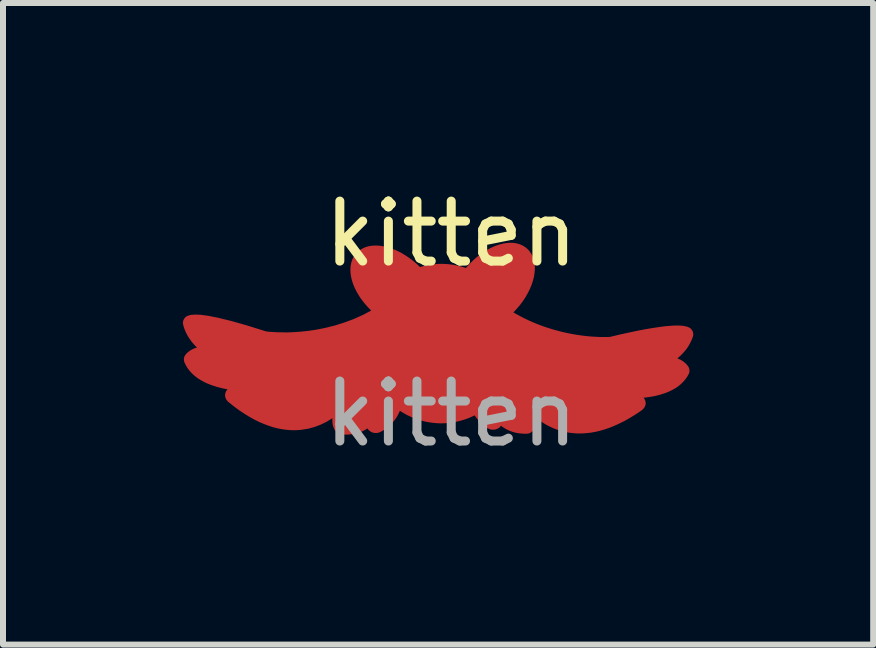
<source format=kicad_pcb>
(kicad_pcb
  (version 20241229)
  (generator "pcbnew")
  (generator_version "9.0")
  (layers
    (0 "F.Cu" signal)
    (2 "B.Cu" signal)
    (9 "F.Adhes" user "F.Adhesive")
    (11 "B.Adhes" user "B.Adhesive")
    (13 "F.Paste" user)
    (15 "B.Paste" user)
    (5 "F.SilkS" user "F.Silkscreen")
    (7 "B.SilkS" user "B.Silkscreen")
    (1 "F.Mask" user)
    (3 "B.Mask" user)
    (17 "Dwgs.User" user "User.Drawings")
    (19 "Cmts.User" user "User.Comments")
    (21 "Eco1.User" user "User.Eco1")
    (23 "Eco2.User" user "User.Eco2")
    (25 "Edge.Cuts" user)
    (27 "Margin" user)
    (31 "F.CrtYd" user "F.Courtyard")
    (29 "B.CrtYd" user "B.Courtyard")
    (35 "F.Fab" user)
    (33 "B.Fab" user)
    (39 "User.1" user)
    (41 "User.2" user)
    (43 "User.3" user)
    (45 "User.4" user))
  (footprint "kitten"
    (layer "F.Cu")
    (at 4.473 1.348)
    (property "Reference" "kitten" (at 0 -0.5 0) (unlocked yes) (layer "F.SilkS") (effects (font (size 1 1) (thickness 0.15))))
    (fp_poly (pts (xy 1 -0.25) (xy 1.017 -0.249) (xy 1.033 -0.248) (xy 1.05 -0.246) (xy 1.065 -0.243) (xy 1.081 -0.239) (xy 1.096 -0.235) (xy 1.11 -0.23) (xy 1.124 -0.225) (xy 1.138 -0.218) (xy 1.151 -0.212) (xy 1.163 -0.204) (xy 1.176 -0.196) (xy 1.187 -0.187) (xy 1.198 -0.178) (xy 1.215 -0.162) (xy 1.229 -0.144) (xy 1.242 -0.126) (xy 1.254 -0.106) (xy 1.264 -0.086) (xy 1.273 -0.064) (xy 1.28 -0.041) (xy 1.286 -0.018) (xy 1.29 0.007) (xy 1.293 0.032) (xy 1.295 0.058) (xy 1.295 0.085) (xy 1.29 0.141) (xy 1.281 0.199) (xy 1.265 0.258) (xy 1.245 0.319) (xy 1.219 0.381) (xy 1.188 0.443) (xy 1.152 0.506) (xy 1.111 0.568) (xy 1.065 0.629) (xy 1.014 0.688) (xy 1.001 0.702) (xy 0.988 0.716) (xy 0.974 0.73) (xy 0.961 0.743) (xy 0.947 0.757) (xy 0.933 0.77) (xy 0.919 0.783) (xy 0.905 0.795) (xy 0.913 0.813) (xy 0.921 0.83) (xy 0.928 0.848) (xy 0.936 0.866) (xy 1.012 0.912) (xy 1.089 0.954) (xy 1.165 0.994) (xy 1.242 1.031) (xy 1.318 1.065) (xy 1.393 1.096) (xy 1.468 1.125) (xy 1.542 1.151) (xy 1.615 1.174) (xy 1.686 1.196) (xy 1.826 1.233) (xy 1.959 1.262) (xy 2.084 1.284) (xy 2.2 1.3) (xy 2.306 1.311) (xy 2.4 1.317) (xy 2.482 1.321) (xy 2.602 1.321) (xy 2.656 1.319) (xy 2.657 1.319) (xy 2.657 1.319) (xy 2.658 1.319) (xy 2.658 1.319) (xy 2.659 1.319) (xy 2.66 1.318) (xy 2.66 1.318) (xy 2.661 1.318) (xy 2.834 1.277) (xy 2.99 1.243) (xy 3.131 1.213) (xy 3.258 1.189) (xy 3.37 1.17) (xy 3.47 1.155) (xy 3.557 1.143) (xy 3.632 1.136) (xy 3.697 1.131) (xy 3.752 1.129) (xy 3.798 1.13) (xy 3.836 1.132) (xy 3.866 1.136) (xy 3.89 1.141) (xy 3.908 1.146) (xy 3.921 1.152) (xy 3.922 1.152) (xy 3.923 1.153) (xy 3.924 1.154) (xy 3.925 1.154) (xy 3.926 1.155) (xy 3.927 1.156) (xy 3.928 1.158) (xy 3.93 1.16) (xy 3.931 1.162) (xy 3.932 1.164) (xy 3.933 1.166) (xy 3.934 1.168) (xy 3.935 1.17) (xy 3.935 1.173) (xy 3.935 1.175) (xy 3.935 1.178) (xy 3.935 1.179) (xy 3.935 1.18) (xy 3.935 1.181) (xy 3.935 1.183) (xy 3.934 1.184) (xy 3.934 1.185) (xy 3.919 1.224) (xy 3.902 1.261) (xy 3.883 1.297) (xy 3.862 1.332) (xy 3.839 1.365) (xy 3.813 1.396) (xy 3.786 1.426) (xy 3.758 1.455) (xy 3.728 1.482) (xy 3.696 1.508) (xy 3.664 1.533) (xy 3.63 1.556) (xy 3.596 1.578) (xy 3.56 1.599) (xy 3.524 1.619) (xy 3.488 1.638) (xy 3.512 1.637) (xy 3.536 1.637) (xy 3.558 1.638) (xy 3.579 1.639) (xy 3.6 1.641) (xy 3.619 1.643) (xy 3.638 1.646) (xy 3.656 1.649) (xy 3.672 1.652) (xy 3.688 1.656) (xy 3.704 1.66) (xy 3.718 1.665) (xy 3.732 1.67) (xy 3.744 1.674) (xy 3.757 1.68) (xy 3.768 1.685) (xy 3.779 1.69) (xy 3.789 1.696) (xy 3.798 1.702) (xy 3.807 1.707) (xy 3.815 1.713) (xy 3.822 1.719) (xy 3.829 1.725) (xy 3.835 1.73) (xy 3.846 1.741) (xy 3.855 1.751) (xy 3.863 1.76) (xy 3.868 1.768) (xy 3.869 1.769) (xy 3.87 1.771) (xy 3.87 1.773) (xy 3.871 1.774) (xy 3.871 1.776) (xy 3.872 1.778) (xy 3.872 1.78) (xy 3.872 1.781) (xy 3.872 1.783) (xy 3.872 1.785) (xy 3.872 1.787) (xy 3.871 1.789) (xy 3.871 1.79) (xy 3.871 1.792) (xy 3.87 1.794) (xy 3.869 1.795) (xy 3.848 1.832) (xy 3.824 1.865) (xy 3.797 1.897) (xy 3.768 1.926) (xy 3.736 1.953) (xy 3.702 1.978) (xy 3.666 2) (xy 3.627 2.021) (xy 3.587 2.04) (xy 3.546 2.057) (xy 3.458 2.086) (xy 3.365 2.109) (xy 3.268 2.125) (xy 3.17 2.137) (xy 3.07 2.144) (xy 2.971 2.146) (xy 2.873 2.146) (xy 2.778 2.142) (xy 2.687 2.137) (xy 2.522 2.121) (xy 2.64 2.141) (xy 2.762 2.166) (xy 2.822 2.179) (xy 2.879 2.193) (xy 2.934 2.208) (xy 2.984 2.223) (xy 3.03 2.239) (xy 3.069 2.256) (xy 3.085 2.264) (xy 3.1 2.273) (xy 3.113 2.282) (xy 3.124 2.29) (xy 3.132 2.299) (xy 3.138 2.308) (xy 3.141 2.317) (xy 3.142 2.326) (xy 3.139 2.336) (xy 3.134 2.345) (xy 3.125 2.354) (xy 3.114 2.364) (xy 3.023 2.425) (xy 2.935 2.479) (xy 2.85 2.528) (xy 2.766 2.57) (xy 2.685 2.607) (xy 2.607 2.639) (xy 2.53 2.665) (xy 2.456 2.687) (xy 2.384 2.704) (xy 2.315 2.716) (xy 2.247 2.724) (xy 2.182 2.728) (xy 2.119 2.729) (xy 2.059 2.726) (xy 2.001 2.72) (xy 1.944 2.711) (xy 1.891 2.699) (xy 1.839 2.685) (xy 1.79 2.668) (xy 1.742 2.65) (xy 1.697 2.629) (xy 1.655 2.608) (xy 1.614 2.585) (xy 1.576 2.561) (xy 1.539 2.536) (xy 1.505 2.511) (xy 1.444 2.46) (xy 1.391 2.41) (xy 1.347 2.363) (xy 1.345 2.361) (xy 1.343 2.359) (xy 1.341 2.358) (xy 1.339 2.356) (xy 1.337 2.355) (xy 1.335 2.354) (xy 1.332 2.354) (xy 1.33 2.353) (xy 1.328 2.353) (xy 1.326 2.353) (xy 1.323 2.353) (xy 1.321 2.354) (xy 1.319 2.354) (xy 1.317 2.355) (xy 1.315 2.356) (xy 1.313 2.357) (xy 1.311 2.358) (xy 1.309 2.359) (xy 1.308 2.36) (xy 1.306 2.362) (xy 1.305 2.363) (xy 1.303 2.365) (xy 1.302 2.367) (xy 1.301 2.369) (xy 1.3 2.371) (xy 1.299 2.373) (xy 1.299 2.375) (xy 1.299 2.378) (xy 1.298 2.38) (xy 1.299 2.383) (xy 1.299 2.385) (xy 1.299 2.388) (xy 1.305 2.41) (xy 1.309 2.431) (xy 1.314 2.451) (xy 1.317 2.47) (xy 1.32 2.489) (xy 1.322 2.506) (xy 1.324 2.523) (xy 1.325 2.539) (xy 1.326 2.554) (xy 1.326 2.568) (xy 1.326 2.582) (xy 1.325 2.595) (xy 1.324 2.607) (xy 1.323 2.618) (xy 1.322 2.629) (xy 1.32 2.639) (xy 1.318 2.649) (xy 1.315 2.657) (xy 1.313 2.666) (xy 1.31 2.673) (xy 1.307 2.68) (xy 1.304 2.687) (xy 1.301 2.693) (xy 1.298 2.698) (xy 1.295 2.703) (xy 1.292 2.708) (xy 1.289 2.712) (xy 1.286 2.716) (xy 1.281 2.722) (xy 1.276 2.726) (xy 1.275 2.727) (xy 1.274 2.728) (xy 1.273 2.729) (xy 1.272 2.729) (xy 1.271 2.73) (xy 1.27 2.73) (xy 1.269 2.731) (xy 1.268 2.731) (xy 1.267 2.732) (xy 1.266 2.732) (xy 1.265 2.732) (xy 1.263 2.732) (xy 1.262 2.733) (xy 1.261 2.733) (xy 1.26 2.733) (xy 1.259 2.733) (xy 1.229 2.733) (xy 1.2 2.732) (xy 1.172 2.73) (xy 1.145 2.727) (xy 1.119 2.723) (xy 1.094 2.718) (xy 1.071 2.712) (xy 1.048 2.705) (xy 1.026 2.697) (xy 1.005 2.689) (xy 0.986 2.68) (xy 0.967 2.671) (xy 0.949 2.66) (xy 0.931 2.65) (xy 0.915 2.639) (xy 0.9 2.627) (xy 0.885 2.615) (xy 0.871 2.603) (xy 0.858 2.59) (xy 0.846 2.577) (xy 0.823 2.551) (xy 0.803 2.525) (xy 0.786 2.498) (xy 0.771 2.472) (xy 0.758 2.447) (xy 0.748 2.423) (xy 0.754 2.45) (xy 0.76 2.475) (xy 0.764 2.498) (xy 0.767 2.519) (xy 0.769 2.538) (xy 0.769 2.555) (xy 0.769 2.571) (xy 0.768 2.585) (xy 0.767 2.598) (xy 0.764 2.61) (xy 0.761 2.62) (xy 0.757 2.629) (xy 0.753 2.637) (xy 0.748 2.643) (xy 0.743 2.649) (xy 0.738 2.654) (xy 0.733 2.657) (xy 0.727 2.66) (xy 0.721 2.663) (xy 0.715 2.664) (xy 0.71 2.666) (xy 0.704 2.666) (xy 0.699 2.666) (xy 0.693 2.666) (xy 0.684 2.665) (xy 0.677 2.664) (xy 0.67 2.662) (xy 0.648 2.647) (xy 0.626 2.632) (xy 0.606 2.617) (xy 0.587 2.601) (xy 0.569 2.585) (xy 0.551 2.568) (xy 0.535 2.551) (xy 0.52 2.534) (xy 0.506 2.517) (xy 0.493 2.499) (xy 0.48 2.481) (xy 0.469 2.464) (xy 0.458 2.446) (xy 0.448 2.427) (xy 0.439 2.409) (xy 0.431 2.391) (xy 0.397 2.411) (xy 0.362 2.43) (xy 0.326 2.447) (xy 0.291 2.463) (xy 0.254 2.479) (xy 0.218 2.492) (xy 0.181 2.505) (xy 0.143 2.516) (xy 0.105 2.526) (xy 0.067 2.535) (xy 0.029 2.542) (xy -0.01 2.549) (xy -0.049 2.553) (xy -0.088 2.557) (xy -0.127 2.559) (xy -0.166 2.56) (xy -0.217 2.559) (xy -0.268 2.555) (xy -0.318 2.549) (xy -0.367 2.542) (xy -0.417 2.532) (xy -0.466 2.519) (xy -0.514 2.505) (xy -0.561 2.489) (xy -0.608 2.47) (xy -0.654 2.45) (xy -0.7 2.428) (xy -0.744 2.403) (xy -0.787 2.377) (xy -0.83 2.349) (xy -0.871 2.318) (xy -0.911 2.286) (xy -0.917 2.314) (xy -0.924 2.343) (xy -0.933 2.372) (xy -0.944 2.401) (xy -0.956 2.43) (xy -0.97 2.459) (xy -0.985 2.488) (xy -1.003 2.517) (xy -1.023 2.545) (xy -1.046 2.573) (xy -1.07 2.6) (xy -1.084 2.613) (xy -1.098 2.626) (xy -1.112 2.638) (xy -1.128 2.651) (xy -1.144 2.663) (xy -1.16 2.675) (xy -1.178 2.686) (xy -1.196 2.698) (xy -1.215 2.709) (xy -1.234 2.719) (xy -1.241 2.72) (xy -1.248 2.721) (xy -1.257 2.722) (xy -1.268 2.721) (xy -1.279 2.718) (xy -1.285 2.716) (xy -1.29 2.713) (xy -1.296 2.71) (xy -1.301 2.705) (xy -1.306 2.7) (xy -1.31 2.694) (xy -1.315 2.687) (xy -1.318 2.679) (xy -1.321 2.67) (xy -1.323 2.66) (xy -1.325 2.648) (xy -1.326 2.635) (xy -1.326 2.621) (xy -1.324 2.605) (xy -1.322 2.588) (xy -1.319 2.569) (xy -1.314 2.548) (xy -1.308 2.526) (xy -1.301 2.501) (xy -1.293 2.475) (xy -1.305 2.498) (xy -1.32 2.522) (xy -1.336 2.547) (xy -1.356 2.572) (xy -1.378 2.597) (xy -1.402 2.621) (xy -1.43 2.644) (xy -1.46 2.666) (xy -1.493 2.687) (xy -1.53 2.705) (xy -1.55 2.713) (xy -1.57 2.72) (xy -1.592 2.727) (xy -1.614 2.732) (xy -1.637 2.737) (xy -1.661 2.741) (xy -1.686 2.744) (xy -1.712 2.747) (xy -1.739 2.748) (xy -1.767 2.748) (xy -1.796 2.746) (xy -1.826 2.744) (xy -1.827 2.744) (xy -1.828 2.744) (xy -1.83 2.743) (xy -1.831 2.743) (xy -1.832 2.743) (xy -1.833 2.742) (xy -1.834 2.742) (xy -1.835 2.741) (xy -1.836 2.741) (xy -1.837 2.74) (xy -1.838 2.74) (xy -1.839 2.739) (xy -1.84 2.738) (xy -1.841 2.738) (xy -1.842 2.737) (xy -1.843 2.736) (xy -1.852 2.725) (xy -1.858 2.716) (xy -1.863 2.706) (xy -1.868 2.694) (xy -1.873 2.68) (xy -1.877 2.664) (xy -1.88 2.646) (xy -1.881 2.625) (xy -1.882 2.601) (xy -1.88 2.574) (xy -1.877 2.545) (xy -1.872 2.513) (xy -1.864 2.477) (xy -1.853 2.439) (xy -1.84 2.397) (xy -1.839 2.394) (xy -1.838 2.392) (xy -1.838 2.389) (xy -1.838 2.387) (xy -1.838 2.384) (xy -1.839 2.382) (xy -1.839 2.38) (xy -1.84 2.378) (xy -1.841 2.376) (xy -1.842 2.374) (xy -1.843 2.372) (xy -1.844 2.37) (xy -1.846 2.369) (xy -1.847 2.367) (xy -1.849 2.366) (xy -1.851 2.364) (xy -1.853 2.363) (xy -1.855 2.362) (xy -1.857 2.362) (xy -1.859 2.361) (xy -1.861 2.36) (xy -1.863 2.36) (xy -1.865 2.36) (xy -1.868 2.36) (xy -1.87 2.36) (xy -1.872 2.361) (xy -1.874 2.361) (xy -1.876 2.362) (xy -1.879 2.363) (xy -1.881 2.365) (xy -1.883 2.366) (xy -1.885 2.368) (xy -1.933 2.412) (xy -1.989 2.457) (xy -2.055 2.503) (xy -2.129 2.548) (xy -2.211 2.588) (xy -2.302 2.623) (xy -2.401 2.651) (xy -2.508 2.668) (xy -2.565 2.673) (xy -2.623 2.675) (xy -2.684 2.673) (xy -2.746 2.667) (xy -2.811 2.658) (xy -2.877 2.645) (xy -2.946 2.627) (xy -3.016 2.604) (xy -3.088 2.577) (xy -3.163 2.545) (xy -3.239 2.507) (xy -3.316 2.464) (xy -3.396 2.415) (xy -3.478 2.36) (xy -3.561 2.299) (xy -3.646 2.231) (xy -3.657 2.221) (xy -3.665 2.211) (xy -3.67 2.201) (xy -3.671 2.192) (xy -3.67 2.182) (xy -3.666 2.174) (xy -3.66 2.165) (xy -3.651 2.157) (xy -3.626 2.141) (xy -3.593 2.127) (xy -3.553 2.113) (xy -3.507 2.101) (xy -3.455 2.09) (xy -3.4 2.079) (xy -3.28 2.061) (xy -3.157 2.046) (xy -3.038 2.035) (xy -3.203 2.038) (xy -3.294 2.036) (xy -3.389 2.032) (xy -3.487 2.025) (xy -3.586 2.015) (xy -3.685 2) (xy -3.782 1.981) (xy -3.877 1.957) (xy -3.968 1.927) (xy -4.011 1.91) (xy -4.053 1.892) (xy -4.094 1.871) (xy -4.132 1.849) (xy -4.169 1.826) (xy -4.203 1.8) (xy -4.235 1.773) (xy -4.265 1.743) (xy -4.292 1.712) (xy -4.316 1.679) (xy -4.337 1.643) (xy -4.355 1.605) (xy -4.356 1.604) (xy -4.356 1.602) (xy -4.357 1.6) (xy -4.357 1.598) (xy -4.357 1.597) (xy -4.357 1.595) (xy -4.357 1.593) (xy -4.357 1.591) (xy -4.357 1.589) (xy -4.357 1.588) (xy -4.356 1.586) (xy -4.355 1.584) (xy -4.355 1.583) (xy -4.354 1.581) (xy -4.353 1.58) (xy -4.352 1.578) (xy -4.338 1.562) (xy -4.328 1.553) (xy -4.316 1.543) (xy -4.302 1.533) (xy -4.286 1.523) (xy -4.267 1.513) (xy -4.246 1.503) (xy -4.221 1.495) (xy -4.194 1.487) (xy -4.164 1.481) (xy -4.131 1.476) (xy -4.094 1.473) (xy -4.054 1.472) (xy -4.01 1.474) (xy -3.963 1.478) (xy -3.998 1.456) (xy -4.032 1.434) (xy -4.065 1.41) (xy -4.098 1.385) (xy -4.13 1.359) (xy -4.16 1.332) (xy -4.19 1.304) (xy -4.217 1.274) (xy -4.244 1.244) (xy -4.268 1.211) (xy -4.291 1.178) (xy -4.312 1.143) (xy -4.33 1.108) (xy -4.347 1.07) (xy -4.361 1.032) (xy -4.372 0.992) (xy -4.372 0.99) (xy -4.372 0.989) (xy -4.373 0.988) (xy -4.373 0.987) (xy -4.373 0.986) (xy -4.373 0.984) (xy -4.373 0.983) (xy -4.373 0.982) (xy -4.372 0.981) (xy -4.372 0.98) (xy -4.372 0.978) (xy -4.372 0.977) (xy -4.371 0.976) (xy -4.371 0.975) (xy -4.37 0.974) (xy -4.37 0.973) (xy -4.369 0.972) (xy -4.369 0.971) (xy -4.368 0.97) (xy -4.367 0.969) (xy -4.367 0.968) (xy -4.366 0.967) (xy -4.365 0.966) (xy -4.364 0.965) (xy -4.363 0.964) (xy -4.362 0.963) (xy -4.361 0.963) (xy -4.36 0.962) (xy -4.359 0.961) (xy -4.358 0.961) (xy -4.357 0.96) (xy -4.356 0.96) (xy -4.325 0.951) (xy -4.27 0.947) (xy -4.186 0.95) (xy -4.067 0.966) (xy -3.907 0.998) (xy -3.698 1.049) (xy -3.436 1.123) (xy -3.113 1.224) (xy -3.112 1.224) (xy -3.112 1.224) (xy -3.111 1.224) (xy -3.111 1.225) (xy -3.11 1.225) (xy -3.11 1.225) (xy -3.109 1.225) (xy -3.109 1.225) (xy -3.051 1.232) (xy -2.923 1.241) (xy -2.736 1.244) (xy -2.622 1.24) (xy -2.498 1.231) (xy -2.364 1.217) (xy -2.221 1.195) (xy -2.072 1.165) (xy -2.009 1.149) (xy -1.231 1.149) (xy -1.231 1.169) (xy -1.23 1.182) (xy -1.229 1.194) (xy -1.227 1.206) (xy -1.225 1.219) (xy -1.223 1.231) (xy -1.22 1.243) (xy -1.216 1.254) (xy -1.213 1.266) (xy -1.211 1.247) (xy -1.209 1.229) (xy -1.205 1.21) (xy -1.201 1.193) (xy -1.195 1.175) (xy -1.189 1.157) (xy -1.182 1.14) (xy -1.174 1.123) (xy -1.165 1.107) (xy -1.155 1.091) (xy -1.145 1.075) (xy -1.134 1.06) (xy -1.122 1.045) (xy -1.109 1.031) (xy -1.081 1.003) (xy -1.051 0.978) (xy -1.019 0.955) (xy -0.984 0.935) (xy -0.947 0.917) (xy -0.928 0.91) (xy -0.908 0.903) (xy -0.888 0.896) (xy -0.868 0.891) (xy -0.847 0.886) (xy -0.826 0.882) (xy -0.805 0.879) (xy -0.783 0.877) (xy -0.764 0.876) (xy -0.745 0.875) (xy -0.726 0.876) (xy -0.707 0.877) (xy -0.689 0.878) (xy -0.671 0.881) (xy -0.653 0.883) (xy -0.635 0.887) (xy -0.618 0.891) (xy -0.601 0.896) (xy -0.584 0.901) (xy -0.568 0.907) (xy -0.552 0.914) (xy -0.537 0.921) (xy -0.522 0.929) (xy -0.507 0.937) (xy -0.493 0.946) (xy -0.479 0.955) (xy -0.466 0.964) (xy -0.453 0.975) (xy -0.441 0.985) (xy -0.429 0.996) (xy -0.418 1.008) (xy -0.407 1.02) (xy -0.397 1.032) (xy -0.387 1.045) (xy -0.378 1.058) (xy -0.37 1.072) (xy -0.363 1.085) (xy -0.356 1.1) (xy -0.349 1.114) (xy -0.344 1.129) (xy -0.344 1.125) (xy -0.343 1.122) (xy -0.343 1.118) (xy -0.343 1.114) (xy -0.343 1.111) (xy -0.343 1.107) (xy -0.343 1.103) (xy -0.343 1.1) (xy -0.344 1.086) (xy -0.068 1.086) (xy -0.068 1.089) (xy -0.068 1.093) (xy -0.068 1.1) (xy -0.068 1.107) (xy -0.056 1.078) (xy -0.041 1.05) (xy -0.024 1.023) (xy -0.004 0.998) (xy 0.017 0.975) (xy 0.042 0.953) (xy 0.068 0.933) (xy 0.096 0.915) (xy 0.125 0.899) (xy 0.157 0.886) (xy 0.19 0.874) (xy 0.224 0.865) (xy 0.259 0.859) (xy 0.296 0.855) (xy 0.333 0.854) (xy 0.371 0.855) (xy 0.393 0.858) (xy 0.415 0.861) (xy 0.436 0.864) (xy 0.457 0.869) (xy 0.477 0.875) (xy 0.497 0.881) (xy 0.517 0.888) (xy 0.536 0.896) (xy 0.554 0.904) (xy 0.573 0.913) (xy 0.59 0.923) (xy 0.607 0.934) (xy 0.624 0.945) (xy 0.64 0.957) (xy 0.655 0.969) (xy 0.67 0.982) (xy 0.684 0.995) (xy 0.698 1.009) (xy 0.71 1.023) (xy 0.722 1.038) (xy 0.734 1.054) (xy 0.744 1.069) (xy 0.754 1.085) (xy 0.763 1.102) (xy 0.771 1.119) (xy 0.778 1.136) (xy 0.784 1.153) (xy 0.789 1.171) (xy 0.794 1.189) (xy 0.797 1.207) (xy 0.8 1.226) (xy 0.801 1.244) (xy 0.805 1.233) (xy 0.808 1.221) (xy 0.811 1.209) (xy 0.814 1.197) (xy 0.816 1.185) (xy 0.818 1.173) (xy 0.819 1.16) (xy 0.819 1.147) (xy 0.819 1.128) (xy 0.818 1.108) (xy 0.816 1.089) (xy 0.813 1.07) (xy 0.809 1.051) (xy 0.803 1.032) (xy 0.797 1.014) (xy 0.79 0.996) (xy 0.781 0.978) (xy 0.772 0.961) (xy 0.762 0.944) (xy 0.751 0.927) (xy 0.739 0.911) (xy 0.727 0.896) (xy 0.713 0.881) (xy 0.699 0.866) (xy 0.684 0.852) (xy 0.668 0.839) (xy 0.652 0.826) (xy 0.635 0.814) (xy 0.617 0.803) (xy 0.599 0.792) (xy 0.58 0.782) (xy 0.561 0.773) (xy 0.541 0.765) (xy 0.52 0.757) (xy 0.499 0.75) (xy 0.478 0.744) (xy 0.456 0.739) (xy 0.434 0.735) (xy 0.412 0.732) (xy 0.389 0.729) (xy 0.383 0.729) (xy 0.378 0.729) (xy 0.372 0.728) (xy 0.366 0.728) (xy 0.355 0.728) (xy 0.344 0.728) (xy 0.344 0.728) (xy 0.344 0.728) (xy 0.323 0.728) (xy 0.302 0.73) (xy 0.282 0.732) (xy 0.262 0.735) (xy 0.242 0.739) (xy 0.223 0.744) (xy 0.204 0.749) (xy 0.185 0.756) (xy 0.168 0.762) (xy 0.15 0.77) (xy 0.133 0.778) (xy 0.116 0.787) (xy 0.101 0.797) (xy 0.085 0.807) (xy 0.07 0.818) (xy 0.056 0.829) (xy 0.043 0.841) (xy 0.03 0.854) (xy 0.018 0.867) (xy 0.006 0.881) (xy -0.005 0.895) (xy -0.015 0.909) (xy -0.024 0.924) (xy -0.032 0.94) (xy -0.04 0.956) (xy -0.047 0.972) (xy -0.053 0.989) (xy -0.058 1.006) (xy -0.062 1.024) (xy -0.065 1.042) (xy -0.067 1.06) (xy -0.068 1.078) (xy -0.068 1.082) (xy -0.068 1.086) (xy -0.344 1.086) (xy -0.344 1.081) (xy -0.347 1.063) (xy -0.35 1.045) (xy -0.354 1.028) (xy -0.359 1.011) (xy -0.365 0.994) (xy -0.371 0.977) (xy -0.379 0.962) (xy -0.387 0.946) (xy -0.397 0.931) (xy -0.407 0.916) (xy -0.417 0.902) (xy -0.429 0.889) (xy -0.441 0.875) (xy -0.454 0.863) (xy -0.468 0.851) (xy -0.482 0.839) (xy -0.497 0.829) (xy -0.512 0.818) (xy -0.528 0.809) (xy -0.544 0.8) (xy -0.561 0.792) (xy -0.579 0.784) (xy -0.597 0.777) (xy -0.615 0.771) (xy -0.634 0.766) (xy -0.653 0.761) (xy -0.673 0.757) (xy -0.693 0.754) (xy -0.713 0.752) (xy -0.734 0.75) (xy -0.755 0.749) (xy -0.755 0.749) (xy -0.766 0.749) (xy -0.778 0.75) (xy -0.783 0.75) (xy -0.789 0.75) (xy -0.795 0.751) (xy -0.8 0.751) (xy -0.823 0.753) (xy -0.846 0.756) (xy -0.868 0.761) (xy -0.89 0.766) (xy -0.911 0.772) (xy -0.932 0.779) (xy -0.952 0.786) (xy -0.972 0.795) (xy -0.991 0.804) (xy -1.01 0.814) (xy -1.029 0.824) (xy -1.046 0.836) (xy -1.063 0.848) (xy -1.08 0.861) (xy -1.095 0.874) (xy -1.11 0.888) (xy -1.124 0.902) (xy -1.138 0.917) (xy -1.151 0.933) (xy -1.162 0.949) (xy -1.173 0.965) (xy -1.184 0.982) (xy -1.193 0.999) (xy -1.201 1.017) (xy -1.208 1.035) (xy -1.215 1.053) (xy -1.22 1.072) (xy -1.224 1.091) (xy -1.228 1.11) (xy -1.23 1.13) (xy -1.231 1.149) (xy -2.009 1.149) (xy -1.916 1.126) (xy -1.756 1.076) (xy -1.593 1.016) (xy -1.428 0.942) (xy -1.262 0.855) (xy -1.256 0.842) (xy -1.25 0.829) (xy -1.245 0.816) (xy -1.239 0.803) (xy -1.233 0.79) (xy -1.226 0.778) (xy -1.22 0.765) (xy -1.213 0.753) (xy -1.219 0.748) (xy -1.224 0.744) (xy -1.23 0.739) (xy -1.235 0.734) (xy -1.263 0.709) (xy -1.29 0.682) (xy -1.316 0.655) (xy -1.341 0.627) (xy -1.365 0.599) (xy -1.388 0.571) (xy -1.41 0.542) (xy -1.431 0.513) (xy -1.45 0.484) (xy -1.468 0.454) (xy -1.486 0.424) (xy -1.501 0.394) (xy -1.516 0.365) (xy -1.529 0.335) (xy -1.541 0.305) (xy -1.551 0.275) (xy -1.56 0.246) (xy -1.567 0.217) (xy -1.573 0.189) (xy -1.577 0.161) (xy -1.58 0.134) (xy -1.581 0.108) (xy -1.58 0.082) (xy -1.579 0.057) (xy -1.575 0.033) (xy -1.57 0.01) (xy -1.564 -0.012) (xy -1.556 -0.033) (xy -1.546 -0.054) (xy -1.541 -0.063) (xy -1.535 -0.073) (xy -1.529 -0.082) (xy -1.522 -0.091) (xy -1.516 -0.099) (xy -1.508 -0.108) (xy -1.492 -0.124) (xy -1.475 -0.139) (xy -1.457 -0.152) (xy -1.437 -0.164) (xy -1.416 -0.174) (xy -1.395 -0.183) (xy -1.372 -0.19) (xy -1.348 -0.196) (xy -1.324 -0.2) (xy -1.298 -0.203) (xy -1.272 -0.204) (xy -1.245 -0.204) (xy -1.19 -0.2) (xy -1.132 -0.19) (xy -1.072 -0.175) (xy -1.012 -0.154) (xy -0.95 -0.129) (xy -0.887 -0.098) (xy -0.825 -0.061) (xy -0.763 -0.02) (xy -0.702 0.026) (xy -0.642 0.076) (xy -0.63 0.088) (xy -0.618 0.099) (xy -0.606 0.11) (xy -0.595 0.122) (xy -0.583 0.133) (xy -0.572 0.145) (xy -0.56 0.157) (xy -0.549 0.169) (xy -0.503 0.154) (xy -0.456 0.14) (xy -0.408 0.128) (xy -0.36 0.119) (xy -0.312 0.111) (xy -0.264 0.106) (xy -0.215 0.102) (xy -0.166 0.101) (xy -0.138 0.101) (xy -0.109 0.103) (xy -0.081 0.104) (xy -0.052 0.107) (xy -0.024 0.11) (xy 0.004 0.114) (xy 0.032 0.118) (xy 0.06 0.124) (xy 0.088 0.13) (xy 0.116 0.136) (xy 0.144 0.144) (xy 0.171 0.152) (xy 0.198 0.16) (xy 0.225 0.17) (xy 0.252 0.18) (xy 0.279 0.191) (xy 0.288 0.178) (xy 0.297 0.166) (xy 0.307 0.154) (xy 0.316 0.142) (xy 0.326 0.131) (xy 0.336 0.119) (xy 0.346 0.107) (xy 0.356 0.096) (xy 0.391 0.058) (xy 0.427 0.023) (xy 0.464 -0.011) (xy 0.501 -0.043) (xy 0.54 -0.073) (xy 0.578 -0.1) (xy 0.617 -0.126) (xy 0.657 -0.15) (xy 0.696 -0.171) (xy 0.736 -0.19) (xy 0.775 -0.206) (xy 0.814 -0.22) (xy 0.853 -0.231) (xy 0.891 -0.24) (xy 0.928 -0.246) (xy 0.965 -0.25) (xy 0.965 -0.25) (xy 0.965 -0.25) (xy 0.965 -0.25) (xy 0.965 -0.25) (xy 0.983 -0.25)) (stroke (width 0.2) (type solid)) (fill yes) (layer "F.Cu"))
    (fp_poly (pts (xy 1 -0.25) (xy 1.017 -0.249) (xy 1.033 -0.248) (xy 1.05 -0.246) (xy 1.065 -0.243) (xy 1.081 -0.239) (xy 1.096 -0.235) (xy 1.11 -0.23) (xy 1.124 -0.225) (xy 1.138 -0.218) (xy 1.151 -0.212) (xy 1.163 -0.204) (xy 1.176 -0.196) (xy 1.187 -0.187) (xy 1.198 -0.178) (xy 1.215 -0.162) (xy 1.229 -0.144) (xy 1.242 -0.126) (xy 1.254 -0.106) (xy 1.264 -0.086) (xy 1.273 -0.064) (xy 1.28 -0.041) (xy 1.286 -0.018) (xy 1.29 0.007) (xy 1.293 0.032) (xy 1.295 0.058) (xy 1.295 0.085) (xy 1.29 0.141) (xy 1.281 0.199) (xy 1.265 0.258) (xy 1.245 0.319) (xy 1.219 0.381) (xy 1.188 0.443) (xy 1.152 0.506) (xy 1.111 0.568) (xy 1.065 0.629) (xy 1.014 0.688) (xy 1.001 0.702) (xy 0.988 0.716) (xy 0.974 0.73) (xy 0.961 0.743) (xy 0.947 0.757) (xy 0.933 0.77) (xy 0.919 0.783) (xy 0.905 0.795) (xy 0.913 0.813) (xy 0.921 0.83) (xy 0.928 0.848) (xy 0.936 0.866) (xy 1.012 0.912) (xy 1.089 0.954) (xy 1.165 0.994) (xy 1.242 1.031) (xy 1.318 1.065) (xy 1.393 1.096) (xy 1.468 1.125) (xy 1.542 1.151) (xy 1.615 1.174) (xy 1.686 1.196) (xy 1.826 1.233) (xy 1.959 1.262) (xy 2.084 1.284) (xy 2.2 1.3) (xy 2.306 1.311) (xy 2.4 1.317) (xy 2.482 1.321) (xy 2.602 1.321) (xy 2.656 1.319) (xy 2.657 1.319) (xy 2.657 1.319) (xy 2.658 1.319) (xy 2.658 1.319) (xy 2.659 1.319) (xy 2.66 1.318) (xy 2.66 1.318) (xy 2.661 1.318) (xy 2.834 1.277) (xy 2.99 1.243) (xy 3.131 1.213) (xy 3.258 1.189) (xy 3.37 1.17) (xy 3.47 1.155) (xy 3.557 1.143) (xy 3.632 1.136) (xy 3.697 1.131) (xy 3.752 1.129) (xy 3.798 1.13) (xy 3.836 1.132) (xy 3.866 1.136) (xy 3.89 1.141) (xy 3.908 1.146) (xy 3.921 1.152) (xy 3.922 1.152) (xy 3.923 1.153) (xy 3.924 1.154) (xy 3.925 1.154) (xy 3.926 1.155) (xy 3.927 1.156) (xy 3.928 1.158) (xy 3.93 1.16) (xy 3.931 1.162) (xy 3.932 1.164) (xy 3.933 1.166) (xy 3.934 1.168) (xy 3.935 1.17) (xy 3.935 1.173) (xy 3.935 1.175) (xy 3.935 1.178) (xy 3.935 1.179) (xy 3.935 1.18) (xy 3.935 1.181) (xy 3.935 1.183) (xy 3.934 1.184) (xy 3.934 1.185) (xy 3.919 1.224) (xy 3.902 1.261) (xy 3.883 1.297) (xy 3.862 1.332) (xy 3.839 1.365) (xy 3.813 1.396) (xy 3.786 1.426) (xy 3.758 1.455) (xy 3.728 1.482) (xy 3.696 1.508) (xy 3.664 1.533) (xy 3.63 1.556) (xy 3.596 1.578) (xy 3.56 1.599) (xy 3.524 1.619) (xy 3.488 1.638) (xy 3.512 1.637) (xy 3.536 1.637) (xy 3.558 1.638) (xy 3.579 1.639) (xy 3.6 1.641) (xy 3.619 1.643) (xy 3.638 1.646) (xy 3.656 1.649) (xy 3.672 1.652) (xy 3.688 1.656) (xy 3.704 1.66) (xy 3.718 1.665) (xy 3.732 1.67) (xy 3.744 1.674) (xy 3.757 1.68) (xy 3.768 1.685) (xy 3.779 1.69) (xy 3.789 1.696) (xy 3.798 1.702) (xy 3.807 1.707) (xy 3.815 1.713) (xy 3.822 1.719) (xy 3.829 1.725) (xy 3.835 1.73) (xy 3.846 1.741) (xy 3.855 1.751) (xy 3.863 1.76) (xy 3.868 1.768) (xy 3.869 1.769) (xy 3.87 1.771) (xy 3.87 1.773) (xy 3.871 1.774) (xy 3.871 1.776) (xy 3.872 1.778) (xy 3.872 1.78) (xy 3.872 1.781) (xy 3.872 1.783) (xy 3.872 1.785) (xy 3.872 1.787) (xy 3.871 1.789) (xy 3.871 1.79) (xy 3.871 1.792) (xy 3.87 1.794) (xy 3.869 1.795) (xy 3.848 1.832) (xy 3.824 1.865) (xy 3.797 1.897) (xy 3.768 1.926) (xy 3.736 1.953) (xy 3.702 1.978) (xy 3.666 2) (xy 3.627 2.021) (xy 3.587 2.04) (xy 3.546 2.057) (xy 3.458 2.086) (xy 3.365 2.109) (xy 3.268 2.125) (xy 3.17 2.137) (xy 3.07 2.144) (xy 2.971 2.146) (xy 2.873 2.146) (xy 2.778 2.142) (xy 2.687 2.137) (xy 2.522 2.121) (xy 2.64 2.141) (xy 2.762 2.166) (xy 2.822 2.179) (xy 2.879 2.193) (xy 2.934 2.208) (xy 2.984 2.223) (xy 3.03 2.239) (xy 3.069 2.256) (xy 3.085 2.264) (xy 3.1 2.273) (xy 3.113 2.282) (xy 3.124 2.29) (xy 3.132 2.299) (xy 3.138 2.308) (xy 3.141 2.317) (xy 3.142 2.326) (xy 3.139 2.336) (xy 3.134 2.345) (xy 3.125 2.354) (xy 3.114 2.364) (xy 3.023 2.425) (xy 2.935 2.479) (xy 2.85 2.528) (xy 2.766 2.57) (xy 2.685 2.607) (xy 2.607 2.639) (xy 2.53 2.665) (xy 2.456 2.687) (xy 2.384 2.704) (xy 2.315 2.716) (xy 2.247 2.724) (xy 2.182 2.728) (xy 2.119 2.729) (xy 2.059 2.726) (xy 2.001 2.72) (xy 1.944 2.711) (xy 1.891 2.699) (xy 1.839 2.685) (xy 1.79 2.668) (xy 1.742 2.65) (xy 1.697 2.629) (xy 1.655 2.608) (xy 1.614 2.585) (xy 1.576 2.561) (xy 1.539 2.536) (xy 1.505 2.511) (xy 1.444 2.46) (xy 1.391 2.41) (xy 1.347 2.363) (xy 1.345 2.361) (xy 1.343 2.359) (xy 1.341 2.358) (xy 1.339 2.356) (xy 1.337 2.355) (xy 1.335 2.354) (xy 1.332 2.354) (xy 1.33 2.353) (xy 1.328 2.353) (xy 1.326 2.353) (xy 1.323 2.353) (xy 1.321 2.354) (xy 1.319 2.354) (xy 1.317 2.355) (xy 1.315 2.356) (xy 1.313 2.357) (xy 1.311 2.358) (xy 1.309 2.359) (xy 1.308 2.36) (xy 1.306 2.362) (xy 1.305 2.363) (xy 1.303 2.365) (xy 1.302 2.367) (xy 1.301 2.369) (xy 1.3 2.371) (xy 1.299 2.373) (xy 1.299 2.375) (xy 1.299 2.378) (xy 1.298 2.38) (xy 1.299 2.383) (xy 1.299 2.385) (xy 1.299 2.388) (xy 1.305 2.41) (xy 1.309 2.431) (xy 1.314 2.451) (xy 1.317 2.47) (xy 1.32 2.489) (xy 1.322 2.506) (xy 1.324 2.523) (xy 1.325 2.539) (xy 1.326 2.554) (xy 1.326 2.568) (xy 1.326 2.582) (xy 1.325 2.595) (xy 1.324 2.607) (xy 1.323 2.618) (xy 1.322 2.629) (xy 1.32 2.639) (xy 1.318 2.649) (xy 1.315 2.657) (xy 1.313 2.666) (xy 1.31 2.673) (xy 1.307 2.68) (xy 1.304 2.687) (xy 1.301 2.693) (xy 1.298 2.698) (xy 1.295 2.703) (xy 1.292 2.708) (xy 1.289 2.712) (xy 1.286 2.716) (xy 1.281 2.722) (xy 1.276 2.726) (xy 1.275 2.727) (xy 1.274 2.728) (xy 1.273 2.729) (xy 1.272 2.729) (xy 1.271 2.73) (xy 1.27 2.73) (xy 1.269 2.731) (xy 1.268 2.731) (xy 1.267 2.732) (xy 1.266 2.732) (xy 1.265 2.732) (xy 1.263 2.732) (xy 1.262 2.733) (xy 1.261 2.733) (xy 1.26 2.733) (xy 1.259 2.733) (xy 1.229 2.733) (xy 1.2 2.732) (xy 1.172 2.73) (xy 1.145 2.727) (xy 1.119 2.723) (xy 1.094 2.718) (xy 1.071 2.712) (xy 1.048 2.705) (xy 1.026 2.697) (xy 1.005 2.689) (xy 0.986 2.68) (xy 0.967 2.671) (xy 0.949 2.66) (xy 0.931 2.65) (xy 0.915 2.639) (xy 0.9 2.627) (xy 0.885 2.615) (xy 0.871 2.603) (xy 0.858 2.59) (xy 0.846 2.577) (xy 0.823 2.551) (xy 0.803 2.525) (xy 0.786 2.498) (xy 0.771 2.472) (xy 0.758 2.447) (xy 0.748 2.423) (xy 0.754 2.45) (xy 0.76 2.475) (xy 0.764 2.498) (xy 0.767 2.519) (xy 0.769 2.538) (xy 0.769 2.555) (xy 0.769 2.571) (xy 0.768 2.585) (xy 0.767 2.598) (xy 0.764 2.61) (xy 0.761 2.62) (xy 0.757 2.629) (xy 0.753 2.637) (xy 0.748 2.643) (xy 0.743 2.649) (xy 0.738 2.654) (xy 0.733 2.657) (xy 0.727 2.66) (xy 0.721 2.663) (xy 0.715 2.664) (xy 0.71 2.666) (xy 0.704 2.666) (xy 0.699 2.666) (xy 0.693 2.666) (xy 0.684 2.665) (xy 0.677 2.664) (xy 0.67 2.662) (xy 0.648 2.647) (xy 0.626 2.632) (xy 0.606 2.617) (xy 0.587 2.601) (xy 0.569 2.585) (xy 0.551 2.568) (xy 0.535 2.551) (xy 0.52 2.534) (xy 0.506 2.517) (xy 0.493 2.499) (xy 0.48 2.481) (xy 0.469 2.464) (xy 0.458 2.446) (xy 0.448 2.427) (xy 0.439 2.409) (xy 0.431 2.391) (xy 0.397 2.411) (xy 0.362 2.43) (xy 0.326 2.447) (xy 0.291 2.463) (xy 0.254 2.479) (xy 0.218 2.492) (xy 0.181 2.505) (xy 0.143 2.516) (xy 0.105 2.526) (xy 0.067 2.535) (xy 0.029 2.542) (xy -0.01 2.549) (xy -0.049 2.553) (xy -0.088 2.557) (xy -0.127 2.559) (xy -0.166 2.56) (xy -0.217 2.559) (xy -0.268 2.555) (xy -0.318 2.549) (xy -0.367 2.542) (xy -0.417 2.532) (xy -0.466 2.519) (xy -0.514 2.505) (xy -0.561 2.489) (xy -0.608 2.47) (xy -0.654 2.45) (xy -0.7 2.428) (xy -0.744 2.403) (xy -0.787 2.377) (xy -0.83 2.349) (xy -0.871 2.318) (xy -0.911 2.286) (xy -0.917 2.314) (xy -0.924 2.343) (xy -0.933 2.372) (xy -0.944 2.401) (xy -0.956 2.43) (xy -0.97 2.459) (xy -0.985 2.488) (xy -1.003 2.517) (xy -1.023 2.545) (xy -1.046 2.573) (xy -1.07 2.6) (xy -1.084 2.613) (xy -1.098 2.626) (xy -1.112 2.638) (xy -1.128 2.651) (xy -1.144 2.663) (xy -1.16 2.675) (xy -1.178 2.686) (xy -1.196 2.698) (xy -1.215 2.709) (xy -1.234 2.719) (xy -1.241 2.72) (xy -1.248 2.721) (xy -1.257 2.722) (xy -1.268 2.721) (xy -1.279 2.718) (xy -1.285 2.716) (xy -1.29 2.713) (xy -1.296 2.71) (xy -1.301 2.705) (xy -1.306 2.7) (xy -1.31 2.694) (xy -1.315 2.687) (xy -1.318 2.679) (xy -1.321 2.67) (xy -1.323 2.66) (xy -1.325 2.648) (xy -1.326 2.635) (xy -1.326 2.621) (xy -1.324 2.605) (xy -1.322 2.588) (xy -1.319 2.569) (xy -1.314 2.548) (xy -1.308 2.526) (xy -1.301 2.501) (xy -1.293 2.475) (xy -1.305 2.498) (xy -1.32 2.522) (xy -1.336 2.547) (xy -1.356 2.572) (xy -1.378 2.597) (xy -1.402 2.621) (xy -1.43 2.644) (xy -1.46 2.666) (xy -1.493 2.687) (xy -1.53 2.705) (xy -1.55 2.713) (xy -1.57 2.72) (xy -1.592 2.727) (xy -1.614 2.732) (xy -1.637 2.737) (xy -1.661 2.741) (xy -1.686 2.744) (xy -1.712 2.747) (xy -1.739 2.748) (xy -1.767 2.748) (xy -1.796 2.746) (xy -1.826 2.744) (xy -1.827 2.744) (xy -1.828 2.744) (xy -1.83 2.743) (xy -1.831 2.743) (xy -1.832 2.743) (xy -1.833 2.742) (xy -1.834 2.742) (xy -1.835 2.741) (xy -1.836 2.741) (xy -1.837 2.74) (xy -1.838 2.74) (xy -1.839 2.739) (xy -1.84 2.738) (xy -1.841 2.738) (xy -1.842 2.737) (xy -1.843 2.736) (xy -1.852 2.725) (xy -1.858 2.716) (xy -1.863 2.706) (xy -1.868 2.694) (xy -1.873 2.68) (xy -1.877 2.664) (xy -1.88 2.646) (xy -1.881 2.625) (xy -1.882 2.601) (xy -1.88 2.574) (xy -1.877 2.545) (xy -1.872 2.513) (xy -1.864 2.477) (xy -1.853 2.439) (xy -1.84 2.397) (xy -1.839 2.394) (xy -1.838 2.392) (xy -1.838 2.389) (xy -1.838 2.387) (xy -1.838 2.384) (xy -1.839 2.382) (xy -1.839 2.38) (xy -1.84 2.378) (xy -1.841 2.376) (xy -1.842 2.374) (xy -1.843 2.372) (xy -1.844 2.37) (xy -1.846 2.369) (xy -1.847 2.367) (xy -1.849 2.366) (xy -1.851 2.364) (xy -1.853 2.363) (xy -1.855 2.362) (xy -1.857 2.362) (xy -1.859 2.361) (xy -1.861 2.36) (xy -1.863 2.36) (xy -1.865 2.36) (xy -1.868 2.36) (xy -1.87 2.36) (xy -1.872 2.361) (xy -1.874 2.361) (xy -1.876 2.362) (xy -1.879 2.363) (xy -1.881 2.365) (xy -1.883 2.366) (xy -1.885 2.368) (xy -1.933 2.412) (xy -1.989 2.457) (xy -2.055 2.503) (xy -2.129 2.548) (xy -2.211 2.588) (xy -2.302 2.623) (xy -2.401 2.651) (xy -2.508 2.668) (xy -2.565 2.673) (xy -2.623 2.675) (xy -2.684 2.673) (xy -2.746 2.667) (xy -2.811 2.658) (xy -2.877 2.645) (xy -2.946 2.627) (xy -3.016 2.604) (xy -3.088 2.577) (xy -3.163 2.545) (xy -3.239 2.507) (xy -3.316 2.464) (xy -3.396 2.415) (xy -3.478 2.36) (xy -3.561 2.299) (xy -3.646 2.231) (xy -3.657 2.221) (xy -3.665 2.211) (xy -3.67 2.201) (xy -3.671 2.192) (xy -3.67 2.182) (xy -3.666 2.174) (xy -3.66 2.165) (xy -3.651 2.157) (xy -3.626 2.141) (xy -3.593 2.127) (xy -3.553 2.113) (xy -3.507 2.101) (xy -3.455 2.09) (xy -3.4 2.079) (xy -3.28 2.061) (xy -3.157 2.046) (xy -3.038 2.035) (xy -3.203 2.038) (xy -3.294 2.036) (xy -3.389 2.032) (xy -3.487 2.025) (xy -3.586 2.015) (xy -3.685 2) (xy -3.782 1.981) (xy -3.877 1.957) (xy -3.968 1.927) (xy -4.011 1.91) (xy -4.053 1.892) (xy -4.094 1.871) (xy -4.132 1.849) (xy -4.169 1.826) (xy -4.203 1.8) (xy -4.235 1.773) (xy -4.265 1.743) (xy -4.292 1.712) (xy -4.316 1.679) (xy -4.337 1.643) (xy -4.355 1.605) (xy -4.356 1.604) (xy -4.356 1.602) (xy -4.357 1.6) (xy -4.357 1.598) (xy -4.357 1.597) (xy -4.357 1.595) (xy -4.357 1.593) (xy -4.357 1.591) (xy -4.357 1.589) (xy -4.357 1.588) (xy -4.356 1.586) (xy -4.355 1.584) (xy -4.355 1.583) (xy -4.354 1.581) (xy -4.353 1.58) (xy -4.352 1.578) (xy -4.338 1.562) (xy -4.328 1.553) (xy -4.316 1.543) (xy -4.302 1.533) (xy -4.286 1.523) (xy -4.267 1.513) (xy -4.246 1.503) (xy -4.221 1.495) (xy -4.194 1.487) (xy -4.164 1.481) (xy -4.131 1.476) (xy -4.094 1.473) (xy -4.054 1.472) (xy -4.01 1.474) (xy -3.963 1.478) (xy -3.998 1.456) (xy -4.032 1.434) (xy -4.065 1.41) (xy -4.098 1.385) (xy -4.13 1.359) (xy -4.16 1.332) (xy -4.19 1.304) (xy -4.217 1.274) (xy -4.244 1.244) (xy -4.268 1.211) (xy -4.291 1.178) (xy -4.312 1.143) (xy -4.33 1.108) (xy -4.347 1.07) (xy -4.361 1.032) (xy -4.372 0.992) (xy -4.372 0.99) (xy -4.372 0.989) (xy -4.373 0.988) (xy -4.373 0.987) (xy -4.373 0.986) (xy -4.373 0.984) (xy -4.373 0.983) (xy -4.373 0.982) (xy -4.372 0.981) (xy -4.372 0.98) (xy -4.372 0.978) (xy -4.372 0.977) (xy -4.371 0.976) (xy -4.371 0.975) (xy -4.37 0.974) (xy -4.37 0.973) (xy -4.369 0.972) (xy -4.369 0.971) (xy -4.368 0.97) (xy -4.367 0.969) (xy -4.367 0.968) (xy -4.366 0.967) (xy -4.365 0.966) (xy -4.364 0.965) (xy -4.363 0.964) (xy -4.362 0.963) (xy -4.361 0.963) (xy -4.36 0.962) (xy -4.359 0.961) (xy -4.358 0.961) (xy -4.357 0.96) (xy -4.356 0.96) (xy -4.325 0.951) (xy -4.27 0.947) (xy -4.186 0.95) (xy -4.067 0.966) (xy -3.907 0.998) (xy -3.698 1.049) (xy -3.436 1.123) (xy -3.113 1.224) (xy -3.112 1.224) (xy -3.112 1.224) (xy -3.111 1.224) (xy -3.111 1.225) (xy -3.11 1.225) (xy -3.11 1.225) (xy -3.109 1.225) (xy -3.109 1.225) (xy -3.051 1.232) (xy -2.923 1.241) (xy -2.736 1.244) (xy -2.622 1.24) (xy -2.498 1.231) (xy -2.364 1.217) (xy -2.221 1.195) (xy -2.072 1.165) (xy -2.009 1.149) (xy -1.231 1.149) (xy -1.231 1.169) (xy -1.23 1.182) (xy -1.229 1.194) (xy -1.227 1.206) (xy -1.225 1.219) (xy -1.223 1.231) (xy -1.22 1.243) (xy -1.216 1.254) (xy -1.213 1.266) (xy -1.211 1.247) (xy -1.209 1.229) (xy -1.205 1.21) (xy -1.201 1.193) (xy -1.195 1.175) (xy -1.189 1.157) (xy -1.182 1.14) (xy -1.174 1.123) (xy -1.165 1.107) (xy -1.155 1.091) (xy -1.145 1.075) (xy -1.134 1.06) (xy -1.122 1.045) (xy -1.109 1.031) (xy -1.081 1.003) (xy -1.051 0.978) (xy -1.019 0.955) (xy -0.984 0.935) (xy -0.947 0.917) (xy -0.928 0.91) (xy -0.908 0.903) (xy -0.888 0.896) (xy -0.868 0.891) (xy -0.847 0.886) (xy -0.826 0.882) (xy -0.805 0.879) (xy -0.783 0.877) (xy -0.764 0.876) (xy -0.745 0.875) (xy -0.726 0.876) (xy -0.707 0.877) (xy -0.689 0.878) (xy -0.671 0.881) (xy -0.653 0.883) (xy -0.635 0.887) (xy -0.618 0.891) (xy -0.601 0.896) (xy -0.584 0.901) (xy -0.568 0.907) (xy -0.552 0.914) (xy -0.537 0.921) (xy -0.522 0.929) (xy -0.507 0.937) (xy -0.493 0.946) (xy -0.479 0.955) (xy -0.466 0.964) (xy -0.453 0.975) (xy -0.441 0.985) (xy -0.429 0.996) (xy -0.418 1.008) (xy -0.407 1.02) (xy -0.397 1.032) (xy -0.387 1.045) (xy -0.378 1.058) (xy -0.37 1.072) (xy -0.363 1.085) (xy -0.356 1.1) (xy -0.349 1.114) (xy -0.344 1.129) (xy -0.344 1.125) (xy -0.343 1.122) (xy -0.343 1.118) (xy -0.343 1.114) (xy -0.343 1.111) (xy -0.343 1.107) (xy -0.343 1.103) (xy -0.343 1.1) (xy -0.344 1.086) (xy -0.068 1.086) (xy -0.068 1.089) (xy -0.068 1.093) (xy -0.068 1.1) (xy -0.068 1.107) (xy -0.056 1.078) (xy -0.041 1.05) (xy -0.024 1.023) (xy -0.004 0.998) (xy 0.017 0.975) (xy 0.042 0.953) (xy 0.068 0.933) (xy 0.096 0.915) (xy 0.125 0.899) (xy 0.157 0.886) (xy 0.19 0.874) (xy 0.224 0.865) (xy 0.259 0.859) (xy 0.296 0.855) (xy 0.333 0.854) (xy 0.371 0.855) (xy 0.393 0.858) (xy 0.415 0.861) (xy 0.436 0.864) (xy 0.457 0.869) (xy 0.477 0.875) (xy 0.497 0.881) (xy 0.517 0.888) (xy 0.536 0.896) (xy 0.554 0.904) (xy 0.573 0.913) (xy 0.59 0.923) (xy 0.607 0.934) (xy 0.624 0.945) (xy 0.64 0.957) (xy 0.655 0.969) (xy 0.67 0.982) (xy 0.684 0.995) (xy 0.698 1.009) (xy 0.71 1.023) (xy 0.722 1.038) (xy 0.734 1.054) (xy 0.744 1.069) (xy 0.754 1.085) (xy 0.763 1.102) (xy 0.771 1.119) (xy 0.778 1.136) (xy 0.784 1.153) (xy 0.789 1.171) (xy 0.794 1.189) (xy 0.797 1.207) (xy 0.8 1.226) (xy 0.801 1.244) (xy 0.805 1.233) (xy 0.808 1.221) (xy 0.811 1.209) (xy 0.814 1.197) (xy 0.816 1.185) (xy 0.818 1.173) (xy 0.819 1.16) (xy 0.819 1.147) (xy 0.819 1.128) (xy 0.818 1.108) (xy 0.816 1.089) (xy 0.813 1.07) (xy 0.809 1.051) (xy 0.803 1.032) (xy 0.797 1.014) (xy 0.79 0.996) (xy 0.781 0.978) (xy 0.772 0.961) (xy 0.762 0.944) (xy 0.751 0.927) (xy 0.739 0.911) (xy 0.727 0.896) (xy 0.713 0.881) (xy 0.699 0.866) (xy 0.684 0.852) (xy 0.668 0.839) (xy 0.652 0.826) (xy 0.635 0.814) (xy 0.617 0.803) (xy 0.599 0.792) (xy 0.58 0.782) (xy 0.561 0.773) (xy 0.541 0.765) (xy 0.52 0.757) (xy 0.499 0.75) (xy 0.478 0.744) (xy 0.456 0.739) (xy 0.434 0.735) (xy 0.412 0.732) (xy 0.389 0.729) (xy 0.383 0.729) (xy 0.378 0.729) (xy 0.372 0.728) (xy 0.366 0.728) (xy 0.355 0.728) (xy 0.344 0.728) (xy 0.344 0.728) (xy 0.344 0.728) (xy 0.323 0.728) (xy 0.302 0.73) (xy 0.282 0.732) (xy 0.262 0.735) (xy 0.242 0.739) (xy 0.223 0.744) (xy 0.204 0.749) (xy 0.185 0.756) (xy 0.168 0.762) (xy 0.15 0.77) (xy 0.133 0.778) (xy 0.116 0.787) (xy 0.101 0.797) (xy 0.085 0.807) (xy 0.07 0.818) (xy 0.056 0.829) (xy 0.043 0.841) (xy 0.03 0.854) (xy 0.018 0.867) (xy 0.006 0.881) (xy -0.005 0.895) (xy -0.015 0.909) (xy -0.024 0.924) (xy -0.032 0.94) (xy -0.04 0.956) (xy -0.047 0.972) (xy -0.053 0.989) (xy -0.058 1.006) (xy -0.062 1.024) (xy -0.065 1.042) (xy -0.067 1.06) (xy -0.068 1.078) (xy -0.068 1.082) (xy -0.068 1.086) (xy -0.344 1.086) (xy -0.344 1.081) (xy -0.347 1.063) (xy -0.35 1.045) (xy -0.354 1.028) (xy -0.359 1.011) (xy -0.365 0.994) (xy -0.371 0.977) (xy -0.379 0.962) (xy -0.387 0.946) (xy -0.397 0.931) (xy -0.407 0.916) (xy -0.417 0.902) (xy -0.429 0.889) (xy -0.441 0.875) (xy -0.454 0.863) (xy -0.468 0.851) (xy -0.482 0.839) (xy -0.497 0.829) (xy -0.512 0.818) (xy -0.528 0.809) (xy -0.544 0.8) (xy -0.561 0.792) (xy -0.579 0.784) (xy -0.597 0.777) (xy -0.615 0.771) (xy -0.634 0.766) (xy -0.653 0.761) (xy -0.673 0.757) (xy -0.693 0.754) (xy -0.713 0.752) (xy -0.734 0.75) (xy -0.755 0.749) (xy -0.755 0.749) (xy -0.766 0.749) (xy -0.778 0.75) (xy -0.783 0.75) (xy -0.789 0.75) (xy -0.795 0.751) (xy -0.8 0.751) (xy -0.823 0.753) (xy -0.846 0.756) (xy -0.868 0.761) (xy -0.89 0.766) (xy -0.911 0.772) (xy -0.932 0.779) (xy -0.952 0.786) (xy -0.972 0.795) (xy -0.991 0.804) (xy -1.01 0.814) (xy -1.029 0.824) (xy -1.046 0.836) (xy -1.063 0.848) (xy -1.08 0.861) (xy -1.095 0.874) (xy -1.11 0.888) (xy -1.124 0.902) (xy -1.138 0.917) (xy -1.151 0.933) (xy -1.162 0.949) (xy -1.173 0.965) (xy -1.184 0.982) (xy -1.193 0.999) (xy -1.201 1.017) (xy -1.208 1.035) (xy -1.215 1.053) (xy -1.22 1.072) (xy -1.224 1.091) (xy -1.228 1.11) (xy -1.23 1.13) (xy -1.231 1.149) (xy -2.009 1.149) (xy -1.916 1.126) (xy -1.756 1.076) (xy -1.593 1.016) (xy -1.428 0.942) (xy -1.262 0.855) (xy -1.256 0.842) (xy -1.25 0.829) (xy -1.245 0.816) (xy -1.239 0.803) (xy -1.233 0.79) (xy -1.226 0.778) (xy -1.22 0.765) (xy -1.213 0.753) (xy -1.219 0.748) (xy -1.224 0.744) (xy -1.23 0.739) (xy -1.235 0.734) (xy -1.263 0.709) (xy -1.29 0.682) (xy -1.316 0.655) (xy -1.341 0.627) (xy -1.365 0.599) (xy -1.388 0.571) (xy -1.41 0.542) (xy -1.431 0.513) (xy -1.45 0.484) (xy -1.468 0.454) (xy -1.486 0.424) (xy -1.501 0.394) (xy -1.516 0.365) (xy -1.529 0.335) (xy -1.541 0.305) (xy -1.551 0.275) (xy -1.56 0.246) (xy -1.567 0.217) (xy -1.573 0.189) (xy -1.577 0.161) (xy -1.58 0.134) (xy -1.581 0.108) (xy -1.58 0.082) (xy -1.579 0.057) (xy -1.575 0.033) (xy -1.57 0.01) (xy -1.564 -0.012) (xy -1.556 -0.033) (xy -1.546 -0.054) (xy -1.541 -0.063) (xy -1.535 -0.073) (xy -1.529 -0.082) (xy -1.522 -0.091) (xy -1.516 -0.099) (xy -1.508 -0.108) (xy -1.492 -0.124) (xy -1.475 -0.139) (xy -1.457 -0.152) (xy -1.437 -0.164) (xy -1.416 -0.174) (xy -1.395 -0.183) (xy -1.372 -0.19) (xy -1.348 -0.196) (xy -1.324 -0.2) (xy -1.298 -0.203) (xy -1.272 -0.204) (xy -1.245 -0.204) (xy -1.19 -0.2) (xy -1.132 -0.19) (xy -1.072 -0.175) (xy -1.012 -0.154) (xy -0.95 -0.129) (xy -0.887 -0.098) (xy -0.825 -0.061) (xy -0.763 -0.02) (xy -0.702 0.026) (xy -0.642 0.076) (xy -0.63 0.088) (xy -0.618 0.099) (xy -0.606 0.11) (xy -0.595 0.122) (xy -0.583 0.133) (xy -0.572 0.145) (xy -0.56 0.157) (xy -0.549 0.169) (xy -0.503 0.154) (xy -0.456 0.14) (xy -0.408 0.128) (xy -0.36 0.119) (xy -0.312 0.111) (xy -0.264 0.106) (xy -0.215 0.102) (xy -0.166 0.101) (xy -0.138 0.101) (xy -0.109 0.103) (xy -0.081 0.104) (xy -0.052 0.107) (xy -0.024 0.11) (xy 0.004 0.114) (xy 0.032 0.118) (xy 0.06 0.124) (xy 0.088 0.13) (xy 0.116 0.136) (xy 0.144 0.144) (xy 0.171 0.152) (xy 0.198 0.16) (xy 0.225 0.17) (xy 0.252 0.18) (xy 0.279 0.191) (xy 0.288 0.178) (xy 0.297 0.166) (xy 0.307 0.154) (xy 0.316 0.142) (xy 0.326 0.131) (xy 0.336 0.119) (xy 0.346 0.107) (xy 0.356 0.096) (xy 0.391 0.058) (xy 0.427 0.023) (xy 0.464 -0.011) (xy 0.501 -0.043) (xy 0.54 -0.073) (xy 0.578 -0.1) (xy 0.617 -0.126) (xy 0.657 -0.15) (xy 0.696 -0.171) (xy 0.736 -0.19) (xy 0.775 -0.206) (xy 0.814 -0.22) (xy 0.853 -0.231) (xy 0.891 -0.24) (xy 0.928 -0.246) (xy 0.965 -0.25) (xy 0.965 -0.25) (xy 0.965 -0.25) (xy 0.965 -0.25) (xy 0.965 -0.25) (xy 0.983 -0.25)) (stroke (width 0.2) (type solid)) (fill yes) (layer "F.Mask"))
    (fp_text user "${REFERENCE}" (at 0 2.5 0) (unlocked yes) (layer "F.Fab") (effects (font (size 1 1) (thickness 0.15)))))
  (gr_rect
    (start -3 -3)
    (end 11.508 7.697)
    (stroke (width 0.1) (type default))
    (fill no)
    (layer "Edge.Cuts")))
</source>
